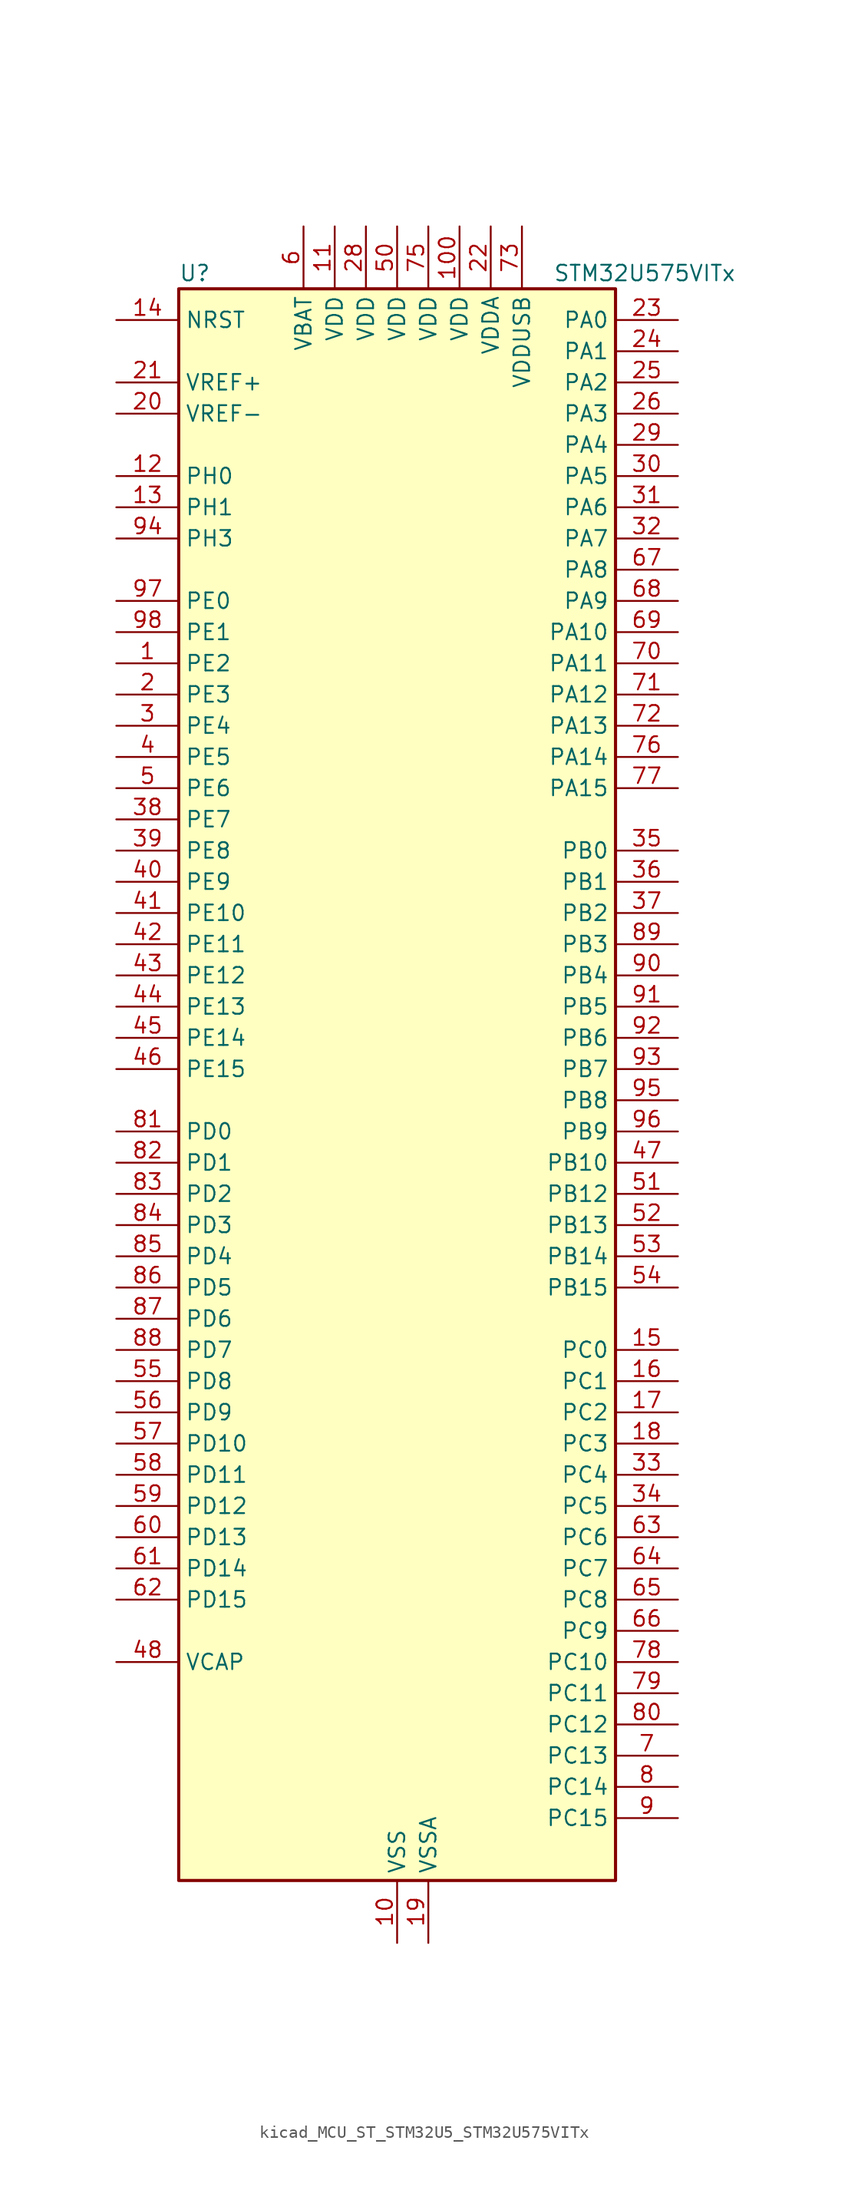
<source format=kicad_sym>
(kicad_symbol_lib
  (version 20220914)
  (generator kicad_symbol_editor)
  (symbol "kicad_MCU_ST_STM32U5_STM32U575VITx"
    (property "Reference" "U"
      (at -17.78 67.31 0)
      (effects (font (size 1.27 1.27)) (justify left)))
    (property "Value" "STM32U575VITx"
      (at 12.7 67.31 0)
      (effects (font (size 1.27 1.27)) (justify left)))
    (property "ki_locked" ""
      (at 0 0 0)
      (effects (font (size 1.27 1.27))))
    (symbol "kicad_MCU_ST_STM32U5_STM32U575VITx_0_1"
      (rectangle (start -17.78 -63.5) (end 17.78 66.04) (stroke (width 0.254) (type default)) (fill (type background))))
    (symbol "kicad_MCU_ST_STM32U5_STM32U575VITx_1_1"
      (pin bidirectional line (at -22.86 35.56 0) (length 5.08) (name "PE2" (effects (font (size 1.27 1.27)))) (number "1" (effects (font (size 1.27 1.27)))) (alternate "DEBUG_TRACECLK" bidirectional line) (alternate "FMC_A23" bidirectional line) (alternate "SAI1_CK1" bidirectional line) (alternate "SAI1_MCLK_A" bidirectional line) (alternate "TIM3_ETR" bidirectional line) (alternate "TSC_G7_IO1" bidirectional line))
      (pin power_in line (at 0 -68.58 90) (length 5.08) (name "VSS" (effects (font (size 1.27 1.27)))) (number "10" (effects (font (size 1.27 1.27)))))
      (pin power_in line (at 5.08 71.12 270) (length 5.08) (name "VDD" (effects (font (size 1.27 1.27)))) (number "100" (effects (font (size 1.27 1.27)))))
      (pin power_in line (at -5.08 71.12 270) (length 5.08) (name "VDD" (effects (font (size 1.27 1.27)))) (number "11" (effects (font (size 1.27 1.27)))))
      (pin bidirectional line (at -22.86 50.8 0) (length 5.08) (name "PH0" (effects (font (size 1.27 1.27)))) (number "12" (effects (font (size 1.27 1.27)))) (alternate "RCC_OSC_IN" bidirectional line))
      (pin bidirectional line (at -22.86 48.26 0) (length 5.08) (name "PH1" (effects (font (size 1.27 1.27)))) (number "13" (effects (font (size 1.27 1.27)))) (alternate "RCC_OSC_OUT" bidirectional line))
      (pin input line (at -22.86 63.5 0) (length 5.08) (name "NRST" (effects (font (size 1.27 1.27)))) (number "14" (effects (font (size 1.27 1.27)))))
      (pin bidirectional line (at 22.86 -20.32 180) (length 5.08) (name "PC0" (effects (font (size 1.27 1.27)))) (number "15" (effects (font (size 1.27 1.27)))) (alternate "ADC1_IN1" bidirectional line) (alternate "ADC4_IN1" bidirectional line) (alternate "I2C3_SCL" bidirectional line) (alternate "LPTIM1_IN1" bidirectional line) (alternate "LPTIM2_IN1" bidirectional line) (alternate "LPUART1_RX" bidirectional line) (alternate "MDF1_SDI4" bidirectional line) (alternate "OCTOSPIM_P1_IO7" bidirectional line) (alternate "SAI2_FS_A" bidirectional line) (alternate "SDMMC1_D5" bidirectional line) (alternate "SPI2_RDY" bidirectional line))
      (pin bidirectional line (at 22.86 -22.86 180) (length 5.08) (name "PC1" (effects (font (size 1.27 1.27)))) (number "16" (effects (font (size 1.27 1.27)))) (alternate "ADC1_IN2" bidirectional line) (alternate "ADC4_IN2" bidirectional line) (alternate "DEBUG_TRACED0" bidirectional line) (alternate "I2C3_SDA" bidirectional line) (alternate "LPTIM1_CH1" bidirectional line) (alternate "LPUART1_TX" bidirectional line) (alternate "MDF1_CKI4" bidirectional line) (alternate "OCTOSPIM_P1_IO4" bidirectional line) (alternate "SAI1_SD_A" bidirectional line) (alternate "SDMMC2_CK" bidirectional line) (alternate "SPI2_MOSI" bidirectional line))
      (pin bidirectional line (at 22.86 -25.4 180) (length 5.08) (name "PC2" (effects (font (size 1.27 1.27)))) (number "17" (effects (font (size 1.27 1.27)))) (alternate "ADC1_IN3" bidirectional line) (alternate "ADC4_IN3" bidirectional line) (alternate "LPTIM1_IN2" bidirectional line) (alternate "MDF1_CCK1" bidirectional line) (alternate "OCTOSPIM_P1_IO5" bidirectional line) (alternate "SPI2_MISO" bidirectional line))
      (pin bidirectional line (at 22.86 -27.94 180) (length 5.08) (name "PC3" (effects (font (size 1.27 1.27)))) (number "18" (effects (font (size 1.27 1.27)))) (alternate "ADC1_IN4" bidirectional line) (alternate "ADC4_IN4" bidirectional line) (alternate "LPTIM1_ETR" bidirectional line) (alternate "LPTIM2_ETR" bidirectional line) (alternate "LPTIM3_CH1" bidirectional line) (alternate "OCTOSPIM_P1_IO6" bidirectional line) (alternate "SAI1_D1" bidirectional line) (alternate "SAI1_SD_A" bidirectional line) (alternate "SPI2_MOSI" bidirectional line))
      (pin power_in line (at 2.54 -68.58 90) (length 5.08) (name "VSSA" (effects (font (size 1.27 1.27)))) (number "19" (effects (font (size 1.27 1.27)))))
      (pin bidirectional line (at -22.86 33.02 0) (length 5.08) (name "PE3" (effects (font (size 1.27 1.27)))) (number "2" (effects (font (size 1.27 1.27)))) (alternate "DEBUG_TRACED0" bidirectional line) (alternate "FMC_A19" bidirectional line) (alternate "OCTOSPIM_P1_DQS" bidirectional line) (alternate "SAI1_SD_B" bidirectional line) (alternate "TAMP_IN6" bidirectional line) (alternate "TAMP_OUT3" bidirectional line) (alternate "TIM3_CH1" bidirectional line) (alternate "TSC_G7_IO2" bidirectional line))
      (pin input line (at -22.86 55.88 0) (length 5.08) (name "VREF-" (effects (font (size 1.27 1.27)))) (number "20" (effects (font (size 1.27 1.27)))))
      (pin input line (at -22.86 58.42 0) (length 5.08) (name "VREF+" (effects (font (size 1.27 1.27)))) (number "21" (effects (font (size 1.27 1.27)))) (alternate "VREFBUF_OUT" bidirectional line))
      (pin power_in line (at 7.62 71.12 270) (length 5.08) (name "VDDA" (effects (font (size 1.27 1.27)))) (number "22" (effects (font (size 1.27 1.27)))))
      (pin bidirectional line (at 22.86 63.5 180) (length 5.08) (name "PA0" (effects (font (size 1.27 1.27)))) (number "23" (effects (font (size 1.27 1.27)))) (alternate "ADC1_IN5" bidirectional line) (alternate "AUDIOCLK" bidirectional line) (alternate "OCTOSPIM_P2_NCS" bidirectional line) (alternate "OPAMP1_VINP" bidirectional line) (alternate "PWR_WKUP1" bidirectional line) (alternate "SDMMC2_CMD" bidirectional line) (alternate "SPI3_RDY" bidirectional line) (alternate "TAMP_IN2" bidirectional line) (alternate "TAMP_OUT1" bidirectional line) (alternate "TIM2_CH1" bidirectional line) (alternate "TIM2_ETR" bidirectional line) (alternate "TIM5_CH1" bidirectional line) (alternate "TIM8_ETR" bidirectional line) (alternate "UART4_TX" bidirectional line) (alternate "USART2_CTS" bidirectional line))
      (pin bidirectional line (at 22.86 60.96 180) (length 5.08) (name "PA1" (effects (font (size 1.27 1.27)))) (number "24" (effects (font (size 1.27 1.27)))) (alternate "ADC1_IN6" bidirectional line) (alternate "I2C1_SMBA" bidirectional line) (alternate "LPTIM1_CH2" bidirectional line) (alternate "OCTOSPIM_P1_DQS" bidirectional line) (alternate "OPAMP1_VINM" bidirectional line) (alternate "PWR_WKUP3" bidirectional line) (alternate "SPI1_SCK" bidirectional line) (alternate "TAMP_IN5" bidirectional line) (alternate "TAMP_OUT4" bidirectional line) (alternate "TIM15_CH1N" bidirectional line) (alternate "TIM2_CH2" bidirectional line) (alternate "TIM5_CH2" bidirectional line) (alternate "UART4_RX" bidirectional line) (alternate "USART2_DE" bidirectional line) (alternate "USART2_RTS" bidirectional line))
      (pin bidirectional line (at 22.86 58.42 180) (length 5.08) (name "PA2" (effects (font (size 1.27 1.27)))) (number "25" (effects (font (size 1.27 1.27)))) (alternate "ADC1_IN7" bidirectional line) (alternate "COMP1_INP" bidirectional line) (alternate "LPUART1_TX" bidirectional line) (alternate "OCTOSPIM_P1_NCS" bidirectional line) (alternate "PWR_WKUP4" bidirectional line) (alternate "RCC_LSCO" bidirectional line) (alternate "SPI1_RDY" bidirectional line) (alternate "TIM15_CH1" bidirectional line) (alternate "TIM2_CH3" bidirectional line) (alternate "TIM5_CH3" bidirectional line) (alternate "UCPD1_FRSTX1" bidirectional line) (alternate "USART2_TX" bidirectional line))
      (pin bidirectional line (at 22.86 55.88 180) (length 5.08) (name "PA3" (effects (font (size 1.27 1.27)))) (number "26" (effects (font (size 1.27 1.27)))) (alternate "ADC1_IN8" bidirectional line) (alternate "LPUART1_RX" bidirectional line) (alternate "OCTOSPIM_P1_CLK" bidirectional line) (alternate "OPAMP1_VOUT" bidirectional line) (alternate "PWR_WKUP5" bidirectional line) (alternate "SAI1_CK1" bidirectional line) (alternate "SAI1_MCLK_A" bidirectional line) (alternate "TIM15_CH2" bidirectional line) (alternate "TIM2_CH4" bidirectional line) (alternate "TIM5_CH4" bidirectional line) (alternate "USART2_RX" bidirectional line))
      (pin passive line (at 0 -68.58 90) (length 5.08) hide (name "VSS" (effects (font (size 1.27 1.27)))) (number "27" (effects (font (size 1.27 1.27)))))
      (pin power_in line (at -2.54 71.12 270) (length 5.08) (name "VDD" (effects (font (size 1.27 1.27)))) (number "28" (effects (font (size 1.27 1.27)))))
      (pin bidirectional line (at 22.86 53.34 180) (length 5.08) (name "PA4" (effects (font (size 1.27 1.27)))) (number "29" (effects (font (size 1.27 1.27)))) (alternate "ADC1_IN9" bidirectional line) (alternate "ADC4_IN9" bidirectional line) (alternate "DAC1_OUT1" bidirectional line) (alternate "DCMI_HSYNC" bidirectional line) (alternate "LPTIM2_CH1" bidirectional line) (alternate "OCTOSPIM_P1_NCS" bidirectional line) (alternate "PSSI_DE" bidirectional line) (alternate "PWR_WKUP2" bidirectional line) (alternate "SAI1_FS_B" bidirectional line) (alternate "SPI1_NSS" bidirectional line) (alternate "SPI3_NSS" bidirectional line) (alternate "USART2_CK" bidirectional line))
      (pin bidirectional line (at -22.86 30.48 0) (length 5.08) (name "PE4" (effects (font (size 1.27 1.27)))) (number "3" (effects (font (size 1.27 1.27)))) (alternate "DCMI_D4" bidirectional line) (alternate "DEBUG_TRACED1" bidirectional line) (alternate "FMC_A20" bidirectional line) (alternate "MDF1_SDI3" bidirectional line) (alternate "PSSI_D4" bidirectional line) (alternate "PWR_WKUP1" bidirectional line) (alternate "SAI1_D2" bidirectional line) (alternate "SAI1_FS_A" bidirectional line) (alternate "TAMP_IN7" bidirectional line) (alternate "TAMP_OUT8" bidirectional line) (alternate "TIM3_CH2" bidirectional line) (alternate "TSC_G7_IO3" bidirectional line))
      (pin bidirectional line (at 22.86 50.8 180) (length 5.08) (name "PA5" (effects (font (size 1.27 1.27)))) (number "30" (effects (font (size 1.27 1.27)))) (alternate "ADC1_IN10" bidirectional line) (alternate "ADC4_IN10" bidirectional line) (alternate "DAC1_OUT2" bidirectional line) (alternate "LPTIM2_ETR" bidirectional line) (alternate "PSSI_D14" bidirectional line) (alternate "PWR_CSLEEP" bidirectional line) (alternate "PWR_WKUP6" bidirectional line) (alternate "SPI1_SCK" bidirectional line) (alternate "TIM2_CH1" bidirectional line) (alternate "TIM2_ETR" bidirectional line) (alternate "TIM8_CH1N" bidirectional line) (alternate "USART3_RX" bidirectional line))
      (pin bidirectional line (at 22.86 48.26 180) (length 5.08) (name "PA6" (effects (font (size 1.27 1.27)))) (number "31" (effects (font (size 1.27 1.27)))) (alternate "ADC1_IN11" bidirectional line) (alternate "ADC4_IN11" bidirectional line) (alternate "DCMI_PIXCLK" bidirectional line) (alternate "LPUART1_CTS" bidirectional line) (alternate "OCTOSPIM_P1_IO3" bidirectional line) (alternate "OPAMP2_VINP" bidirectional line) (alternate "PSSI_PDCK" bidirectional line) (alternate "PWR_CDSTOP" bidirectional line) (alternate "PWR_WKUP7" bidirectional line) (alternate "SPI1_MISO" bidirectional line) (alternate "TIM16_CH1" bidirectional line) (alternate "TIM1_BKIN" bidirectional line) (alternate "TIM3_CH1" bidirectional line) (alternate "TIM8_BKIN" bidirectional line) (alternate "USART3_CTS" bidirectional line))
      (pin bidirectional line (at 22.86 45.72 180) (length 5.08) (name "PA7" (effects (font (size 1.27 1.27)))) (number "32" (effects (font (size 1.27 1.27)))) (alternate "ADC1_IN12" bidirectional line) (alternate "ADC4_IN20" bidirectional line) (alternate "I2C3_SCL" bidirectional line) (alternate "LPTIM2_CH2" bidirectional line) (alternate "OCTOSPIM_P1_IO2" bidirectional line) (alternate "OPAMP2_VINM" bidirectional line) (alternate "PWR_SRDSTOP" bidirectional line) (alternate "PWR_WKUP8" bidirectional line) (alternate "SPI1_MOSI" bidirectional line) (alternate "TIM17_CH1" bidirectional line) (alternate "TIM1_CH1N" bidirectional line) (alternate "TIM3_CH2" bidirectional line) (alternate "TIM8_CH1N" bidirectional line) (alternate "USART3_TX" bidirectional line))
      (pin bidirectional line (at 22.86 -30.48 180) (length 5.08) (name "PC4" (effects (font (size 1.27 1.27)))) (number "33" (effects (font (size 1.27 1.27)))) (alternate "ADC1_IN13" bidirectional line) (alternate "ADC4_IN22" bidirectional line) (alternate "COMP1_INM" bidirectional line) (alternate "OCTOSPIM_P1_IO7" bidirectional line) (alternate "USART3_TX" bidirectional line))
      (pin bidirectional line (at 22.86 -33.02 180) (length 5.08) (name "PC5" (effects (font (size 1.27 1.27)))) (number "34" (effects (font (size 1.27 1.27)))) (alternate "ADC1_IN14" bidirectional line) (alternate "ADC4_IN23" bidirectional line) (alternate "COMP1_INP" bidirectional line) (alternate "PSSI_D15" bidirectional line) (alternate "PWR_WKUP5" bidirectional line) (alternate "SAI1_D3" bidirectional line) (alternate "TAMP_IN4" bidirectional line) (alternate "TAMP_OUT5" bidirectional line) (alternate "TIM1_CH4N" bidirectional line) (alternate "USART3_RX" bidirectional line))
      (pin bidirectional line (at 22.86 20.32 180) (length 5.08) (name "PB0" (effects (font (size 1.27 1.27)))) (number "35" (effects (font (size 1.27 1.27)))) (alternate "ADC1_IN15" bidirectional line) (alternate "ADC4_IN18" bidirectional line) (alternate "AUDIOCLK" bidirectional line) (alternate "COMP1_OUT" bidirectional line) (alternate "LPTIM3_CH1" bidirectional line) (alternate "OCTOSPIM_P1_IO1" bidirectional line) (alternate "OPAMP2_VOUT" bidirectional line) (alternate "SPI1_NSS" bidirectional line) (alternate "TIM1_CH2N" bidirectional line) (alternate "TIM3_CH3" bidirectional line) (alternate "TIM8_CH2N" bidirectional line) (alternate "USART3_CK" bidirectional line))
      (pin bidirectional line (at 22.86 17.78 180) (length 5.08) (name "PB1" (effects (font (size 1.27 1.27)))) (number "36" (effects (font (size 1.27 1.27)))) (alternate "ADC1_IN16" bidirectional line) (alternate "ADC4_IN19" bidirectional line) (alternate "COMP1_INM" bidirectional line) (alternate "LPTIM2_IN1" bidirectional line) (alternate "LPTIM3_CH2" bidirectional line) (alternate "LPUART1_DE" bidirectional line) (alternate "LPUART1_RTS" bidirectional line) (alternate "MDF1_SDI0" bidirectional line) (alternate "OCTOSPIM_P1_IO0" bidirectional line) (alternate "PWR_WKUP4" bidirectional line) (alternate "TIM1_CH3N" bidirectional line) (alternate "TIM3_CH4" bidirectional line) (alternate "TIM8_CH3N" bidirectional line) (alternate "USART3_DE" bidirectional line) (alternate "USART3_RTS" bidirectional line))
      (pin bidirectional line (at 22.86 15.24 180) (length 5.08) (name "PB2" (effects (font (size 1.27 1.27)))) (number "37" (effects (font (size 1.27 1.27)))) (alternate "ADC1_IN17" bidirectional line) (alternate "COMP1_INP" bidirectional line) (alternate "I2C3_SMBA" bidirectional line) (alternate "LPTIM1_CH1" bidirectional line) (alternate "MDF1_CKI0" bidirectional line) (alternate "OCTOSPIM_P1_DQS" bidirectional line) (alternate "PWR_WKUP1" bidirectional line) (alternate "RTC_OUT2" bidirectional line) (alternate "SPI1_RDY" bidirectional line) (alternate "TIM8_CH4N" bidirectional line) (alternate "UCPD1_FRSTX1" bidirectional line))
      (pin bidirectional line (at -22.86 22.86 0) (length 5.08) (name "PE7" (effects (font (size 1.27 1.27)))) (number "38" (effects (font (size 1.27 1.27)))) (alternate "FMC_D4" bidirectional line) (alternate "FMC_DA4" bidirectional line) (alternate "MDF1_SDI2" bidirectional line) (alternate "PWR_WKUP6" bidirectional line) (alternate "SAI1_SD_B" bidirectional line) (alternate "TIM1_ETR" bidirectional line))
      (pin bidirectional line (at -22.86 20.32 0) (length 5.08) (name "PE8" (effects (font (size 1.27 1.27)))) (number "39" (effects (font (size 1.27 1.27)))) (alternate "FMC_D5" bidirectional line) (alternate "FMC_DA5" bidirectional line) (alternate "MDF1_CKI2" bidirectional line) (alternate "PWR_WKUP7" bidirectional line) (alternate "SAI1_SCK_B" bidirectional line) (alternate "TIM1_CH1N" bidirectional line))
      (pin bidirectional line (at -22.86 27.94 0) (length 5.08) (name "PE5" (effects (font (size 1.27 1.27)))) (number "4" (effects (font (size 1.27 1.27)))) (alternate "DCMI_D6" bidirectional line) (alternate "DEBUG_TRACED2" bidirectional line) (alternate "FMC_A21" bidirectional line) (alternate "MDF1_CKI3" bidirectional line) (alternate "PSSI_D6" bidirectional line) (alternate "PWR_WKUP2" bidirectional line) (alternate "SAI1_CK2" bidirectional line) (alternate "SAI1_SCK_A" bidirectional line) (alternate "TAMP_IN8" bidirectional line) (alternate "TAMP_OUT7" bidirectional line) (alternate "TIM3_CH3" bidirectional line) (alternate "TSC_G7_IO4" bidirectional line))
      (pin bidirectional line (at -22.86 17.78 0) (length 5.08) (name "PE9" (effects (font (size 1.27 1.27)))) (number "40" (effects (font (size 1.27 1.27)))) (alternate "ADF1_CCK0" bidirectional line) (alternate "DAC1_EXTI9" bidirectional line) (alternate "FMC_D6" bidirectional line) (alternate "FMC_DA6" bidirectional line) (alternate "MDF1_CCK0" bidirectional line) (alternate "OCTOSPIM_P1_NCLK" bidirectional line) (alternate "SAI1_FS_B" bidirectional line) (alternate "TIM1_CH1" bidirectional line))
      (pin bidirectional line (at -22.86 15.24 0) (length 5.08) (name "PE10" (effects (font (size 1.27 1.27)))) (number "41" (effects (font (size 1.27 1.27)))) (alternate "ADF1_SDI0" bidirectional line) (alternate "FMC_D7" bidirectional line) (alternate "FMC_DA7" bidirectional line) (alternate "MDF1_SDI4" bidirectional line) (alternate "OCTOSPIM_P1_CLK" bidirectional line) (alternate "SAI1_MCLK_B" bidirectional line) (alternate "TIM1_CH2N" bidirectional line) (alternate "TSC_G5_IO1" bidirectional line))
      (pin bidirectional line (at -22.86 12.7 0) (length 5.08) (name "PE11" (effects (font (size 1.27 1.27)))) (number "42" (effects (font (size 1.27 1.27)))) (alternate "ADC1_EXTI11" bidirectional line) (alternate "FMC_D8" bidirectional line) (alternate "FMC_DA8" bidirectional line) (alternate "MDF1_CKI4" bidirectional line) (alternate "OCTOSPIM_P1_NCS" bidirectional line) (alternate "SPI1_RDY" bidirectional line) (alternate "TIM1_CH2" bidirectional line) (alternate "TSC_G5_IO2" bidirectional line))
      (pin bidirectional line (at -22.86 10.16 0) (length 5.08) (name "PE12" (effects (font (size 1.27 1.27)))) (number "43" (effects (font (size 1.27 1.27)))) (alternate "FMC_D9" bidirectional line) (alternate "FMC_DA9" bidirectional line) (alternate "MDF1_SDI5" bidirectional line) (alternate "OCTOSPIM_P1_IO0" bidirectional line) (alternate "SPI1_NSS" bidirectional line) (alternate "TIM1_CH3N" bidirectional line) (alternate "TSC_G5_IO3" bidirectional line))
      (pin bidirectional line (at -22.86 7.62 0) (length 5.08) (name "PE13" (effects (font (size 1.27 1.27)))) (number "44" (effects (font (size 1.27 1.27)))) (alternate "FMC_D10" bidirectional line) (alternate "FMC_DA10" bidirectional line) (alternate "MDF1_CKI5" bidirectional line) (alternate "OCTOSPIM_P1_IO1" bidirectional line) (alternate "SPI1_SCK" bidirectional line) (alternate "TIM1_CH3" bidirectional line) (alternate "TSC_G5_IO4" bidirectional line))
      (pin bidirectional line (at -22.86 5.08 0) (length 5.08) (name "PE14" (effects (font (size 1.27 1.27)))) (number "45" (effects (font (size 1.27 1.27)))) (alternate "FMC_D11" bidirectional line) (alternate "FMC_DA11" bidirectional line) (alternate "OCTOSPIM_P1_IO2" bidirectional line) (alternate "SPI1_MISO" bidirectional line) (alternate "TIM1_BKIN2" bidirectional line) (alternate "TIM1_CH4" bidirectional line))
      (pin bidirectional line (at -22.86 2.54 0) (length 5.08) (name "PE15" (effects (font (size 1.27 1.27)))) (number "46" (effects (font (size 1.27 1.27)))) (alternate "ADC1_EXTI15" bidirectional line) (alternate "ADC4_EXTI15" bidirectional line) (alternate "FMC_D12" bidirectional line) (alternate "FMC_DA12" bidirectional line) (alternate "OCTOSPIM_P1_IO3" bidirectional line) (alternate "SPI1_MOSI" bidirectional line) (alternate "TIM1_BKIN" bidirectional line) (alternate "TIM1_CH4N" bidirectional line))
      (pin bidirectional line (at 22.86 -5.08 180) (length 5.08) (name "PB10" (effects (font (size 1.27 1.27)))) (number "47" (effects (font (size 1.27 1.27)))) (alternate "COMP1_OUT" bidirectional line) (alternate "I2C2_SCL" bidirectional line) (alternate "I2C4_SCL" bidirectional line) (alternate "LPTIM3_CH1" bidirectional line) (alternate "LPUART1_RX" bidirectional line) (alternate "OCTOSPIM_P1_CLK" bidirectional line) (alternate "PWR_WKUP8" bidirectional line) (alternate "SAI1_SCK_A" bidirectional line) (alternate "SPI2_SCK" bidirectional line) (alternate "TIM2_CH3" bidirectional line) (alternate "TSC_SYNC" bidirectional line) (alternate "USART3_TX" bidirectional line))
      (pin power_out line (at -22.86 -45.72 0) (length 5.08) (name "VCAP" (effects (font (size 1.27 1.27)))) (number "48" (effects (font (size 1.27 1.27)))))
      (pin passive line (at 0 -68.58 90) (length 5.08) hide (name "VSS" (effects (font (size 1.27 1.27)))) (number "49" (effects (font (size 1.27 1.27)))))
      (pin bidirectional line (at -22.86 25.4 0) (length 5.08) (name "PE6" (effects (font (size 1.27 1.27)))) (number "5" (effects (font (size 1.27 1.27)))) (alternate "DCMI_D7" bidirectional line) (alternate "DEBUG_TRACED3" bidirectional line) (alternate "FMC_A22" bidirectional line) (alternate "PSSI_D7" bidirectional line) (alternate "PWR_WKUP3" bidirectional line) (alternate "SAI1_D1" bidirectional line) (alternate "SAI1_SD_A" bidirectional line) (alternate "TAMP_IN3" bidirectional line) (alternate "TAMP_OUT6" bidirectional line) (alternate "TIM3_CH4" bidirectional line))
      (pin power_in line (at 0 71.12 270) (length 5.08) (name "VDD" (effects (font (size 1.27 1.27)))) (number "50" (effects (font (size 1.27 1.27)))))
      (pin bidirectional line (at 22.86 -7.62 180) (length 5.08) (name "PB12" (effects (font (size 1.27 1.27)))) (number "51" (effects (font (size 1.27 1.27)))) (alternate "I2C2_SMBA" bidirectional line) (alternate "LPUART1_DE" bidirectional line) (alternate "LPUART1_RTS" bidirectional line) (alternate "MDF1_SDI1" bidirectional line) (alternate "OCTOSPIM_P1_NCLK" bidirectional line) (alternate "SAI2_FS_A" bidirectional line) (alternate "SPI2_NSS" bidirectional line) (alternate "TIM15_BKIN" bidirectional line) (alternate "TIM1_BKIN" bidirectional line) (alternate "TSC_G1_IO1" bidirectional line) (alternate "USART3_CK" bidirectional line))
      (pin bidirectional line (at 22.86 -10.16 180) (length 5.08) (name "PB13" (effects (font (size 1.27 1.27)))) (number "52" (effects (font (size 1.27 1.27)))) (alternate "I2C2_SCL" bidirectional line) (alternate "LPTIM3_IN1" bidirectional line) (alternate "LPUART1_CTS" bidirectional line) (alternate "MDF1_CKI1" bidirectional line) (alternate "SAI2_SCK_A" bidirectional line) (alternate "SPI2_SCK" bidirectional line) (alternate "TIM15_CH1N" bidirectional line) (alternate "TIM1_CH1N" bidirectional line) (alternate "TSC_G1_IO2" bidirectional line) (alternate "USART3_CTS" bidirectional line))
      (pin bidirectional line (at 22.86 -12.7 180) (length 5.08) (name "PB14" (effects (font (size 1.27 1.27)))) (number "53" (effects (font (size 1.27 1.27)))) (alternate "I2C2_SDA" bidirectional line) (alternate "LPTIM3_ETR" bidirectional line) (alternate "MDF1_SDI2" bidirectional line) (alternate "SAI2_MCLK_A" bidirectional line) (alternate "SDMMC2_D0" bidirectional line) (alternate "SPI2_MISO" bidirectional line) (alternate "TIM15_CH1" bidirectional line) (alternate "TIM1_CH2N" bidirectional line) (alternate "TIM8_CH2N" bidirectional line) (alternate "TSC_G1_IO3" bidirectional line) (alternate "UCPD1_DBCC2" bidirectional line) (alternate "USART3_DE" bidirectional line) (alternate "USART3_RTS" bidirectional line))
      (pin bidirectional line (at 22.86 -15.24 180) (length 5.08) (name "PB15" (effects (font (size 1.27 1.27)))) (number "54" (effects (font (size 1.27 1.27)))) (alternate "ADC1_EXTI15" bidirectional line) (alternate "ADC4_EXTI15" bidirectional line) (alternate "FMC_NBL1" bidirectional line) (alternate "LPTIM2_IN2" bidirectional line) (alternate "MDF1_CKI2" bidirectional line) (alternate "PWR_WKUP7" bidirectional line) (alternate "RTC_REFIN" bidirectional line) (alternate "SAI2_SD_A" bidirectional line) (alternate "SDMMC2_D1" bidirectional line) (alternate "SPI2_MOSI" bidirectional line) (alternate "TIM15_CH2" bidirectional line) (alternate "TIM1_CH3N" bidirectional line) (alternate "TIM8_CH3N" bidirectional line) (alternate "UCPD1_CC2" bidirectional line))
      (pin bidirectional line (at -22.86 -22.86 0) (length 5.08) (name "PD8" (effects (font (size 1.27 1.27)))) (number "55" (effects (font (size 1.27 1.27)))) (alternate "DCMI_HSYNC" bidirectional line) (alternate "FMC_D13" bidirectional line) (alternate "FMC_DA13" bidirectional line) (alternate "PSSI_DE" bidirectional line) (alternate "USART3_TX" bidirectional line))
      (pin bidirectional line (at -22.86 -25.4 0) (length 5.08) (name "PD9" (effects (font (size 1.27 1.27)))) (number "56" (effects (font (size 1.27 1.27)))) (alternate "DAC1_EXTI9" bidirectional line) (alternate "DCMI_PIXCLK" bidirectional line) (alternate "FMC_D14" bidirectional line) (alternate "FMC_DA14" bidirectional line) (alternate "LPTIM2_IN2" bidirectional line) (alternate "LPTIM3_IN1" bidirectional line) (alternate "PSSI_PDCK" bidirectional line) (alternate "SAI2_MCLK_A" bidirectional line) (alternate "USART3_RX" bidirectional line))
      (pin bidirectional line (at -22.86 -27.94 0) (length 5.08) (name "PD10" (effects (font (size 1.27 1.27)))) (number "57" (effects (font (size 1.27 1.27)))) (alternate "FMC_D15" bidirectional line) (alternate "FMC_DA15" bidirectional line) (alternate "LPTIM2_CH2" bidirectional line) (alternate "LPTIM3_ETR" bidirectional line) (alternate "SAI2_SCK_A" bidirectional line) (alternate "TSC_G6_IO1" bidirectional line) (alternate "USART3_CK" bidirectional line))
      (pin bidirectional line (at -22.86 -30.48 0) (length 5.08) (name "PD11" (effects (font (size 1.27 1.27)))) (number "58" (effects (font (size 1.27 1.27)))) (alternate "ADC1_EXTI11" bidirectional line) (alternate "ADC4_IN15" bidirectional line) (alternate "FMC_A16" bidirectional line) (alternate "FMC_CLE" bidirectional line) (alternate "I2C4_SMBA" bidirectional line) (alternate "LPTIM2_ETR" bidirectional line) (alternate "SAI2_SD_A" bidirectional line) (alternate "TSC_G6_IO2" bidirectional line) (alternate "USART3_CTS" bidirectional line))
      (pin bidirectional line (at -22.86 -33.02 0) (length 5.08) (name "PD12" (effects (font (size 1.27 1.27)))) (number "59" (effects (font (size 1.27 1.27)))) (alternate "ADC4_IN16" bidirectional line) (alternate "FMC_A17" bidirectional line) (alternate "FMC_ALE" bidirectional line) (alternate "I2C4_SCL" bidirectional line) (alternate "LPTIM2_IN1" bidirectional line) (alternate "SAI2_FS_A" bidirectional line) (alternate "TIM4_CH1" bidirectional line) (alternate "TSC_G6_IO3" bidirectional line) (alternate "USART3_DE" bidirectional line) (alternate "USART3_RTS" bidirectional line))
      (pin power_in line (at -7.62 71.12 270) (length 5.08) (name "VBAT" (effects (font (size 1.27 1.27)))) (number "6" (effects (font (size 1.27 1.27)))))
      (pin bidirectional line (at -22.86 -35.56 0) (length 5.08) (name "PD13" (effects (font (size 1.27 1.27)))) (number "60" (effects (font (size 1.27 1.27)))) (alternate "ADC4_IN17" bidirectional line) (alternate "FMC_A18" bidirectional line) (alternate "I2C4_SDA" bidirectional line) (alternate "LPTIM2_CH1" bidirectional line) (alternate "LPTIM4_IN1" bidirectional line) (alternate "TIM4_CH2" bidirectional line) (alternate "TSC_G6_IO4" bidirectional line))
      (pin bidirectional line (at -22.86 -38.1 0) (length 5.08) (name "PD14" (effects (font (size 1.27 1.27)))) (number "61" (effects (font (size 1.27 1.27)))) (alternate "FMC_D0" bidirectional line) (alternate "FMC_DA0" bidirectional line) (alternate "LPTIM3_CH1" bidirectional line) (alternate "TIM4_CH3" bidirectional line))
      (pin bidirectional line (at -22.86 -40.64 0) (length 5.08) (name "PD15" (effects (font (size 1.27 1.27)))) (number "62" (effects (font (size 1.27 1.27)))) (alternate "ADC1_EXTI15" bidirectional line) (alternate "ADC4_EXTI15" bidirectional line) (alternate "FMC_D1" bidirectional line) (alternate "FMC_DA1" bidirectional line) (alternate "LPTIM3_CH2" bidirectional line) (alternate "TIM4_CH4" bidirectional line))
      (pin bidirectional line (at 22.86 -35.56 180) (length 5.08) (name "PC6" (effects (font (size 1.27 1.27)))) (number "63" (effects (font (size 1.27 1.27)))) (alternate "DCMI_D0" bidirectional line) (alternate "MDF1_CKI3" bidirectional line) (alternate "PSSI_D0" bidirectional line) (alternate "PWR_CSLEEP" bidirectional line) (alternate "SAI2_MCLK_A" bidirectional line) (alternate "SDMMC1_D0DIR" bidirectional line) (alternate "SDMMC1_D6" bidirectional line) (alternate "SDMMC2_D6" bidirectional line) (alternate "TIM3_CH1" bidirectional line) (alternate "TIM8_CH1" bidirectional line) (alternate "TSC_G4_IO1" bidirectional line))
      (pin bidirectional line (at 22.86 -38.1 180) (length 5.08) (name "PC7" (effects (font (size 1.27 1.27)))) (number "64" (effects (font (size 1.27 1.27)))) (alternate "DCMI_D1" bidirectional line) (alternate "LPTIM2_CH2" bidirectional line) (alternate "MDF1_SDI3" bidirectional line) (alternate "PSSI_D1" bidirectional line) (alternate "PWR_CDSTOP" bidirectional line) (alternate "SAI2_MCLK_B" bidirectional line) (alternate "SDMMC1_D123DIR" bidirectional line) (alternate "SDMMC1_D7" bidirectional line) (alternate "SDMMC2_D7" bidirectional line) (alternate "TIM3_CH2" bidirectional line) (alternate "TIM8_CH2" bidirectional line) (alternate "TSC_G4_IO2" bidirectional line))
      (pin bidirectional line (at 22.86 -40.64 180) (length 5.08) (name "PC8" (effects (font (size 1.27 1.27)))) (number "65" (effects (font (size 1.27 1.27)))) (alternate "DCMI_D2" bidirectional line) (alternate "LPTIM3_CH1" bidirectional line) (alternate "PSSI_D2" bidirectional line) (alternate "PWR_SRDSTOP" bidirectional line) (alternate "SDMMC1_D0" bidirectional line) (alternate "TIM3_CH3" bidirectional line) (alternate "TIM8_CH3" bidirectional line) (alternate "TSC_G4_IO3" bidirectional line))
      (pin bidirectional line (at 22.86 -43.18 180) (length 5.08) (name "PC9" (effects (font (size 1.27 1.27)))) (number "66" (effects (font (size 1.27 1.27)))) (alternate "DAC1_EXTI9" bidirectional line) (alternate "DCMI_D3" bidirectional line) (alternate "DEBUG_TRACED0" bidirectional line) (alternate "LPTIM3_CH2" bidirectional line) (alternate "PSSI_D3" bidirectional line) (alternate "SDMMC1_D1" bidirectional line) (alternate "TIM3_CH4" bidirectional line) (alternate "TIM8_BKIN2" bidirectional line) (alternate "TIM8_CH4" bidirectional line) (alternate "TSC_G4_IO4" bidirectional line) (alternate "USB_OTG_FS_NOE" bidirectional line))
      (pin bidirectional line (at 22.86 43.18 180) (length 5.08) (name "PA8" (effects (font (size 1.27 1.27)))) (number "67" (effects (font (size 1.27 1.27)))) (alternate "DEBUG_TRACECLK" bidirectional line) (alternate "LPTIM2_CH1" bidirectional line) (alternate "RCC_MCO" bidirectional line) (alternate "SAI1_CK2" bidirectional line) (alternate "SAI1_SCK_A" bidirectional line) (alternate "SPI1_RDY" bidirectional line) (alternate "TIM1_CH1" bidirectional line) (alternate "USART1_CK" bidirectional line) (alternate "USB_OTG_FS_SOF" bidirectional line))
      (pin bidirectional line (at 22.86 40.64 180) (length 5.08) (name "PA9" (effects (font (size 1.27 1.27)))) (number "68" (effects (font (size 1.27 1.27)))) (alternate "DAC1_EXTI9" bidirectional line) (alternate "DCMI_D0" bidirectional line) (alternate "PSSI_D0" bidirectional line) (alternate "SAI1_FS_A" bidirectional line) (alternate "SPI2_SCK" bidirectional line) (alternate "TIM15_BKIN" bidirectional line) (alternate "TIM1_CH2" bidirectional line) (alternate "USART1_TX" bidirectional line) (alternate "USB_OTG_FS_VBUS" bidirectional line))
      (pin bidirectional line (at 22.86 38.1 180) (length 5.08) (name "PA10" (effects (font (size 1.27 1.27)))) (number "69" (effects (font (size 1.27 1.27)))) (alternate "CRS_SYNC" bidirectional line) (alternate "DCMI_D1" bidirectional line) (alternate "LPTIM2_IN2" bidirectional line) (alternate "PSSI_D1" bidirectional line) (alternate "SAI1_D1" bidirectional line) (alternate "SAI1_SD_A" bidirectional line) (alternate "TIM17_BKIN" bidirectional line) (alternate "TIM1_CH3" bidirectional line) (alternate "USART1_RX" bidirectional line) (alternate "USB_OTG_FS_ID" bidirectional line))
      (pin bidirectional line (at 22.86 -53.34 180) (length 5.08) (name "PC13" (effects (font (size 1.27 1.27)))) (number "7" (effects (font (size 1.27 1.27)))) (alternate "PWR_WKUP2" bidirectional line) (alternate "RTC_OUT1" bidirectional line) (alternate "RTC_TS" bidirectional line) (alternate "TAMP_IN1" bidirectional line) (alternate "TAMP_OUT2" bidirectional line))
      (pin bidirectional line (at 22.86 35.56 180) (length 5.08) (name "PA11" (effects (font (size 1.27 1.27)))) (number "70" (effects (font (size 1.27 1.27)))) (alternate "ADC1_EXTI11" bidirectional line) (alternate "FDCAN1_RX" bidirectional line) (alternate "SPI1_MISO" bidirectional line) (alternate "TIM1_BKIN2" bidirectional line) (alternate "TIM1_CH4" bidirectional line) (alternate "USART1_CTS" bidirectional line) (alternate "USB_OTG_FS_DM" bidirectional line))
      (pin bidirectional line (at 22.86 33.02 180) (length 5.08) (name "PA12" (effects (font (size 1.27 1.27)))) (number "71" (effects (font (size 1.27 1.27)))) (alternate "FDCAN1_TX" bidirectional line) (alternate "OCTOSPIM_P2_NCS" bidirectional line) (alternate "SPI1_MOSI" bidirectional line) (alternate "TIM1_ETR" bidirectional line) (alternate "USART1_DE" bidirectional line) (alternate "USART1_RTS" bidirectional line) (alternate "USB_OTG_FS_DP" bidirectional line))
      (pin bidirectional line (at 22.86 30.48 180) (length 5.08) (name "PA13" (effects (font (size 1.27 1.27)))) (number "72" (effects (font (size 1.27 1.27)))) (alternate "DEBUG_JTMS-SWDIO" bidirectional line) (alternate "IR_OUT" bidirectional line) (alternate "SAI1_SD_B" bidirectional line) (alternate "USB_OTG_FS_NOE" bidirectional line))
      (pin power_in line (at 10.16 71.12 270) (length 5.08) (name "VDDUSB" (effects (font (size 1.27 1.27)))) (number "73" (effects (font (size 1.27 1.27)))))
      (pin passive line (at 0 -68.58 90) (length 5.08) hide (name "VSS" (effects (font (size 1.27 1.27)))) (number "74" (effects (font (size 1.27 1.27)))))
      (pin power_in line (at 2.54 71.12 270) (length 5.08) (name "VDD" (effects (font (size 1.27 1.27)))) (number "75" (effects (font (size 1.27 1.27)))))
      (pin bidirectional line (at 22.86 27.94 180) (length 5.08) (name "PA14" (effects (font (size 1.27 1.27)))) (number "76" (effects (font (size 1.27 1.27)))) (alternate "DEBUG_JTCK-SWCLK" bidirectional line) (alternate "I2C1_SMBA" bidirectional line) (alternate "I2C4_SMBA" bidirectional line) (alternate "LPTIM1_CH1" bidirectional line) (alternate "SAI1_FS_B" bidirectional line) (alternate "USB_OTG_FS_SOF" bidirectional line))
      (pin bidirectional line (at 22.86 25.4 180) (length 5.08) (name "PA15" (effects (font (size 1.27 1.27)))) (number "77" (effects (font (size 1.27 1.27)))) (alternate "ADC1_EXTI15" bidirectional line) (alternate "ADC4_EXTI15" bidirectional line) (alternate "DEBUG_JTDI" bidirectional line) (alternate "SAI2_FS_B" bidirectional line) (alternate "SPI1_NSS" bidirectional line) (alternate "SPI3_NSS" bidirectional line) (alternate "TIM2_CH1" bidirectional line) (alternate "TIM2_ETR" bidirectional line) (alternate "UART4_DE" bidirectional line) (alternate "UART4_RTS" bidirectional line) (alternate "UCPD1_CC1" bidirectional line) (alternate "USART2_RX" bidirectional line) (alternate "USART3_DE" bidirectional line) (alternate "USART3_RTS" bidirectional line))
      (pin bidirectional line (at 22.86 -45.72 180) (length 5.08) (name "PC10" (effects (font (size 1.27 1.27)))) (number "78" (effects (font (size 1.27 1.27)))) (alternate "ADF1_CCK1" bidirectional line) (alternate "DCMI_D8" bidirectional line) (alternate "DEBUG_TRACED1" bidirectional line) (alternate "LPTIM3_ETR" bidirectional line) (alternate "PSSI_D8" bidirectional line) (alternate "SAI2_SCK_B" bidirectional line) (alternate "SDMMC1_D2" bidirectional line) (alternate "SPI3_SCK" bidirectional line) (alternate "TSC_G3_IO2" bidirectional line) (alternate "UART4_TX" bidirectional line) (alternate "USART3_TX" bidirectional line))
      (pin bidirectional line (at 22.86 -48.26 180) (length 5.08) (name "PC11" (effects (font (size 1.27 1.27)))) (number "79" (effects (font (size 1.27 1.27)))) (alternate "ADC1_EXTI11" bidirectional line) (alternate "ADF1_SDI0" bidirectional line) (alternate "DCMI_D2" bidirectional line) (alternate "DCMI_D4" bidirectional line) (alternate "LPTIM3_IN1" bidirectional line) (alternate "OCTOSPIM_P1_NCS" bidirectional line) (alternate "PSSI_D2" bidirectional line) (alternate "PSSI_D4" bidirectional line) (alternate "SAI2_MCLK_B" bidirectional line) (alternate "SDMMC1_D3" bidirectional line) (alternate "SPI3_MISO" bidirectional line) (alternate "TSC_G3_IO3" bidirectional line) (alternate "UART4_RX" bidirectional line) (alternate "UCPD1_FRSTX2" bidirectional line) (alternate "USART3_RX" bidirectional line))
      (pin bidirectional line (at 22.86 -55.88 180) (length 5.08) (name "PC14" (effects (font (size 1.27 1.27)))) (number "8" (effects (font (size 1.27 1.27)))) (alternate "RCC_OSC32_IN" bidirectional line))
      (pin bidirectional line (at 22.86 -50.8 180) (length 5.08) (name "PC12" (effects (font (size 1.27 1.27)))) (number "80" (effects (font (size 1.27 1.27)))) (alternate "DCMI_D9" bidirectional line) (alternate "DEBUG_TRACED3" bidirectional line) (alternate "PSSI_D9" bidirectional line) (alternate "SAI2_SD_B" bidirectional line) (alternate "SDMMC1_CK" bidirectional line) (alternate "SPI3_MOSI" bidirectional line) (alternate "TSC_G3_IO4" bidirectional line) (alternate "UART5_TX" bidirectional line) (alternate "USART3_CK" bidirectional line))
      (pin bidirectional line (at -22.86 -2.54 0) (length 5.08) (name "PD0" (effects (font (size 1.27 1.27)))) (number "81" (effects (font (size 1.27 1.27)))) (alternate "FDCAN1_RX" bidirectional line) (alternate "FMC_D2" bidirectional line) (alternate "FMC_DA2" bidirectional line) (alternate "SPI2_NSS" bidirectional line) (alternate "TIM8_CH4N" bidirectional line))
      (pin bidirectional line (at -22.86 -5.08 0) (length 5.08) (name "PD1" (effects (font (size 1.27 1.27)))) (number "82" (effects (font (size 1.27 1.27)))) (alternate "FDCAN1_TX" bidirectional line) (alternate "FMC_D3" bidirectional line) (alternate "FMC_DA3" bidirectional line) (alternate "SPI2_SCK" bidirectional line))
      (pin bidirectional line (at -22.86 -7.62 0) (length 5.08) (name "PD2" (effects (font (size 1.27 1.27)))) (number "83" (effects (font (size 1.27 1.27)))) (alternate "DCMI_D11" bidirectional line) (alternate "DEBUG_TRACED2" bidirectional line) (alternate "LPTIM4_ETR" bidirectional line) (alternate "PSSI_D11" bidirectional line) (alternate "SDMMC1_CMD" bidirectional line) (alternate "TIM3_ETR" bidirectional line) (alternate "TSC_SYNC" bidirectional line) (alternate "UART5_RX" bidirectional line) (alternate "USART3_DE" bidirectional line) (alternate "USART3_RTS" bidirectional line))
      (pin bidirectional line (at -22.86 -10.16 0) (length 5.08) (name "PD3" (effects (font (size 1.27 1.27)))) (number "84" (effects (font (size 1.27 1.27)))) (alternate "DCMI_D5" bidirectional line) (alternate "FMC_CLK" bidirectional line) (alternate "MDF1_SDI0" bidirectional line) (alternate "OCTOSPIM_P2_NCS" bidirectional line) (alternate "PSSI_D5" bidirectional line) (alternate "SPI2_MISO" bidirectional line) (alternate "SPI2_SCK" bidirectional line) (alternate "USART2_CTS" bidirectional line))
      (pin bidirectional line (at -22.86 -12.7 0) (length 5.08) (name "PD4" (effects (font (size 1.27 1.27)))) (number "85" (effects (font (size 1.27 1.27)))) (alternate "FMC_NOE" bidirectional line) (alternate "MDF1_CKI0" bidirectional line) (alternate "OCTOSPIM_P1_IO4" bidirectional line) (alternate "SPI2_MOSI" bidirectional line) (alternate "USART2_DE" bidirectional line) (alternate "USART2_RTS" bidirectional line))
      (pin bidirectional line (at -22.86 -15.24 0) (length 5.08) (name "PD5" (effects (font (size 1.27 1.27)))) (number "86" (effects (font (size 1.27 1.27)))) (alternate "FMC_NWE" bidirectional line) (alternate "OCTOSPIM_P1_IO5" bidirectional line) (alternate "SPI2_RDY" bidirectional line) (alternate "USART2_TX" bidirectional line))
      (pin bidirectional line (at -22.86 -17.78 0) (length 5.08) (name "PD6" (effects (font (size 1.27 1.27)))) (number "87" (effects (font (size 1.27 1.27)))) (alternate "DCMI_D10" bidirectional line) (alternate "FMC_NWAIT" bidirectional line) (alternate "MDF1_SDI1" bidirectional line) (alternate "OCTOSPIM_P1_IO6" bidirectional line) (alternate "PSSI_D10" bidirectional line) (alternate "SAI1_D1" bidirectional line) (alternate "SAI1_SD_A" bidirectional line) (alternate "SDMMC2_CK" bidirectional line) (alternate "SPI3_MOSI" bidirectional line) (alternate "USART2_RX" bidirectional line))
      (pin bidirectional line (at -22.86 -20.32 0) (length 5.08) (name "PD7" (effects (font (size 1.27 1.27)))) (number "88" (effects (font (size 1.27 1.27)))) (alternate "FMC_NCE" bidirectional line) (alternate "FMC_NE1" bidirectional line) (alternate "LPTIM4_OUT" bidirectional line) (alternate "MDF1_CKI1" bidirectional line) (alternate "OCTOSPIM_P1_IO7" bidirectional line) (alternate "SDMMC2_CMD" bidirectional line) (alternate "USART2_CK" bidirectional line))
      (pin bidirectional line (at 22.86 12.7 180) (length 5.08) (name "PB3" (effects (font (size 1.27 1.27)))) (number "89" (effects (font (size 1.27 1.27)))) (alternate "ADF1_CCK0" bidirectional line) (alternate "COMP2_INM" bidirectional line) (alternate "CRS_SYNC" bidirectional line) (alternate "DEBUG_JTDO-SWO" bidirectional line) (alternate "I2C1_SDA" bidirectional line) (alternate "LPTIM1_CH1" bidirectional line) (alternate "SAI1_SCK_B" bidirectional line) (alternate "SDMMC2_D2" bidirectional line) (alternate "SPI1_SCK" bidirectional line) (alternate "SPI3_SCK" bidirectional line) (alternate "TIM2_CH2" bidirectional line) (alternate "USART1_DE" bidirectional line) (alternate "USART1_RTS" bidirectional line))
      (pin bidirectional line (at 22.86 -58.42 180) (length 5.08) (name "PC15" (effects (font (size 1.27 1.27)))) (number "9" (effects (font (size 1.27 1.27)))) (alternate "ADC1_EXTI15" bidirectional line) (alternate "ADC4_EXTI15" bidirectional line) (alternate "RCC_OSC32_OUT" bidirectional line))
      (pin bidirectional line (at 22.86 10.16 180) (length 5.08) (name "PB4" (effects (font (size 1.27 1.27)))) (number "90" (effects (font (size 1.27 1.27)))) (alternate "ADF1_SDI0" bidirectional line) (alternate "COMP2_INP" bidirectional line) (alternate "DCMI_D12" bidirectional line) (alternate "DEBUG_JTRST" bidirectional line) (alternate "I2C3_SDA" bidirectional line) (alternate "LPTIM1_CH2" bidirectional line) (alternate "PSSI_D12" bidirectional line) (alternate "SAI1_MCLK_B" bidirectional line) (alternate "SDMMC2_D3" bidirectional line) (alternate "SPI1_MISO" bidirectional line) (alternate "SPI3_MISO" bidirectional line) (alternate "TIM17_BKIN" bidirectional line) (alternate "TIM3_CH1" bidirectional line) (alternate "TSC_G2_IO1" bidirectional line) (alternate "UART5_DE" bidirectional line) (alternate "UART5_RTS" bidirectional line) (alternate "USART1_CTS" bidirectional line))
      (pin bidirectional line (at 22.86 7.62 180) (length 5.08) (name "PB5" (effects (font (size 1.27 1.27)))) (number "91" (effects (font (size 1.27 1.27)))) (alternate "COMP2_OUT" bidirectional line) (alternate "DCMI_D10" bidirectional line) (alternate "I2C1_SMBA" bidirectional line) (alternate "LPTIM1_IN1" bidirectional line) (alternate "OCTOSPIM_P1_NCLK" bidirectional line) (alternate "PSSI_D10" bidirectional line) (alternate "PWR_WKUP6" bidirectional line) (alternate "SAI1_SD_B" bidirectional line) (alternate "SPI1_MOSI" bidirectional line) (alternate "SPI3_MOSI" bidirectional line) (alternate "TIM16_BKIN" bidirectional line) (alternate "TIM3_CH2" bidirectional line) (alternate "TSC_G2_IO2" bidirectional line) (alternate "UART5_CTS" bidirectional line) (alternate "UCPD1_DBCC1" bidirectional line) (alternate "USART1_CK" bidirectional line))
      (pin bidirectional line (at 22.86 5.08 180) (length 5.08) (name "PB6" (effects (font (size 1.27 1.27)))) (number "92" (effects (font (size 1.27 1.27)))) (alternate "COMP2_INP" bidirectional line) (alternate "DCMI_D5" bidirectional line) (alternate "I2C1_SCL" bidirectional line) (alternate "I2C4_SCL" bidirectional line) (alternate "LPTIM1_ETR" bidirectional line) (alternate "MDF1_SDI5" bidirectional line) (alternate "PSSI_D5" bidirectional line) (alternate "PWR_WKUP3" bidirectional line) (alternate "SAI1_FS_B" bidirectional line) (alternate "TIM16_CH1N" bidirectional line) (alternate "TIM4_CH1" bidirectional line) (alternate "TIM8_BKIN2" bidirectional line) (alternate "TSC_G2_IO3" bidirectional line) (alternate "USART1_TX" bidirectional line))
      (pin bidirectional line (at 22.86 2.54 180) (length 5.08) (name "PB7" (effects (font (size 1.27 1.27)))) (number "93" (effects (font (size 1.27 1.27)))) (alternate "COMP2_INM" bidirectional line) (alternate "DCMI_VSYNC" bidirectional line) (alternate "FMC_NL" bidirectional line) (alternate "I2C1_SDA" bidirectional line) (alternate "I2C4_SDA" bidirectional line) (alternate "LPTIM1_IN2" bidirectional line) (alternate "MDF1_CKI5" bidirectional line) (alternate "PSSI_RDY" bidirectional line) (alternate "PWR_PVD_IN" bidirectional line) (alternate "PWR_WKUP4" bidirectional line) (alternate "TIM17_CH1N" bidirectional line) (alternate "TIM4_CH2" bidirectional line) (alternate "TIM8_BKIN" bidirectional line) (alternate "TSC_G2_IO4" bidirectional line) (alternate "UART4_CTS" bidirectional line) (alternate "USART1_RX" bidirectional line))
      (pin bidirectional line (at -22.86 45.72 0) (length 5.08) (name "PH3" (effects (font (size 1.27 1.27)))) (number "94" (effects (font (size 1.27 1.27)))))
      (pin bidirectional line (at 22.86 0 180) (length 5.08) (name "PB8" (effects (font (size 1.27 1.27)))) (number "95" (effects (font (size 1.27 1.27)))) (alternate "DCMI_D6" bidirectional line) (alternate "FDCAN1_RX" bidirectional line) (alternate "I2C1_SCL" bidirectional line) (alternate "MDF1_CCK0" bidirectional line) (alternate "PSSI_D6" bidirectional line) (alternate "PWR_WKUP5" bidirectional line) (alternate "SAI1_CK1" bidirectional line) (alternate "SAI1_MCLK_A" bidirectional line) (alternate "SDMMC1_CKIN" bidirectional line) (alternate "SDMMC1_D4" bidirectional line) (alternate "SDMMC2_D4" bidirectional line) (alternate "SPI3_RDY" bidirectional line) (alternate "TIM16_CH1" bidirectional line) (alternate "TIM4_CH3" bidirectional line))
      (pin bidirectional line (at 22.86 -2.54 180) (length 5.08) (name "PB9" (effects (font (size 1.27 1.27)))) (number "96" (effects (font (size 1.27 1.27)))) (alternate "DAC1_EXTI9" bidirectional line) (alternate "DCMI_D7" bidirectional line) (alternate "FDCAN1_TX" bidirectional line) (alternate "I2C1_SDA" bidirectional line) (alternate "IR_OUT" bidirectional line) (alternate "PSSI_D7" bidirectional line) (alternate "SAI1_D2" bidirectional line) (alternate "SAI1_FS_A" bidirectional line) (alternate "SDMMC1_CDIR" bidirectional line) (alternate "SDMMC1_D5" bidirectional line) (alternate "SDMMC2_D5" bidirectional line) (alternate "SPI2_NSS" bidirectional line) (alternate "TIM17_CH1" bidirectional line) (alternate "TIM4_CH4" bidirectional line))
      (pin bidirectional line (at -22.86 40.64 0) (length 5.08) (name "PE0" (effects (font (size 1.27 1.27)))) (number "97" (effects (font (size 1.27 1.27)))) (alternate "DCMI_D2" bidirectional line) (alternate "FMC_NBL0" bidirectional line) (alternate "PSSI_D2" bidirectional line) (alternate "TIM16_CH1" bidirectional line) (alternate "TIM4_ETR" bidirectional line))
      (pin bidirectional line (at -22.86 38.1 0) (length 5.08) (name "PE1" (effects (font (size 1.27 1.27)))) (number "98" (effects (font (size 1.27 1.27)))) (alternate "DCMI_D3" bidirectional line) (alternate "FMC_NBL1" bidirectional line) (alternate "PSSI_D3" bidirectional line) (alternate "TIM17_CH1" bidirectional line))
      (pin passive line (at 0 -68.58 90) (length 5.08) hide (name "VSS" (effects (font (size 1.27 1.27)))) (number "99" (effects (font (size 1.27 1.27))))))))
</source>
